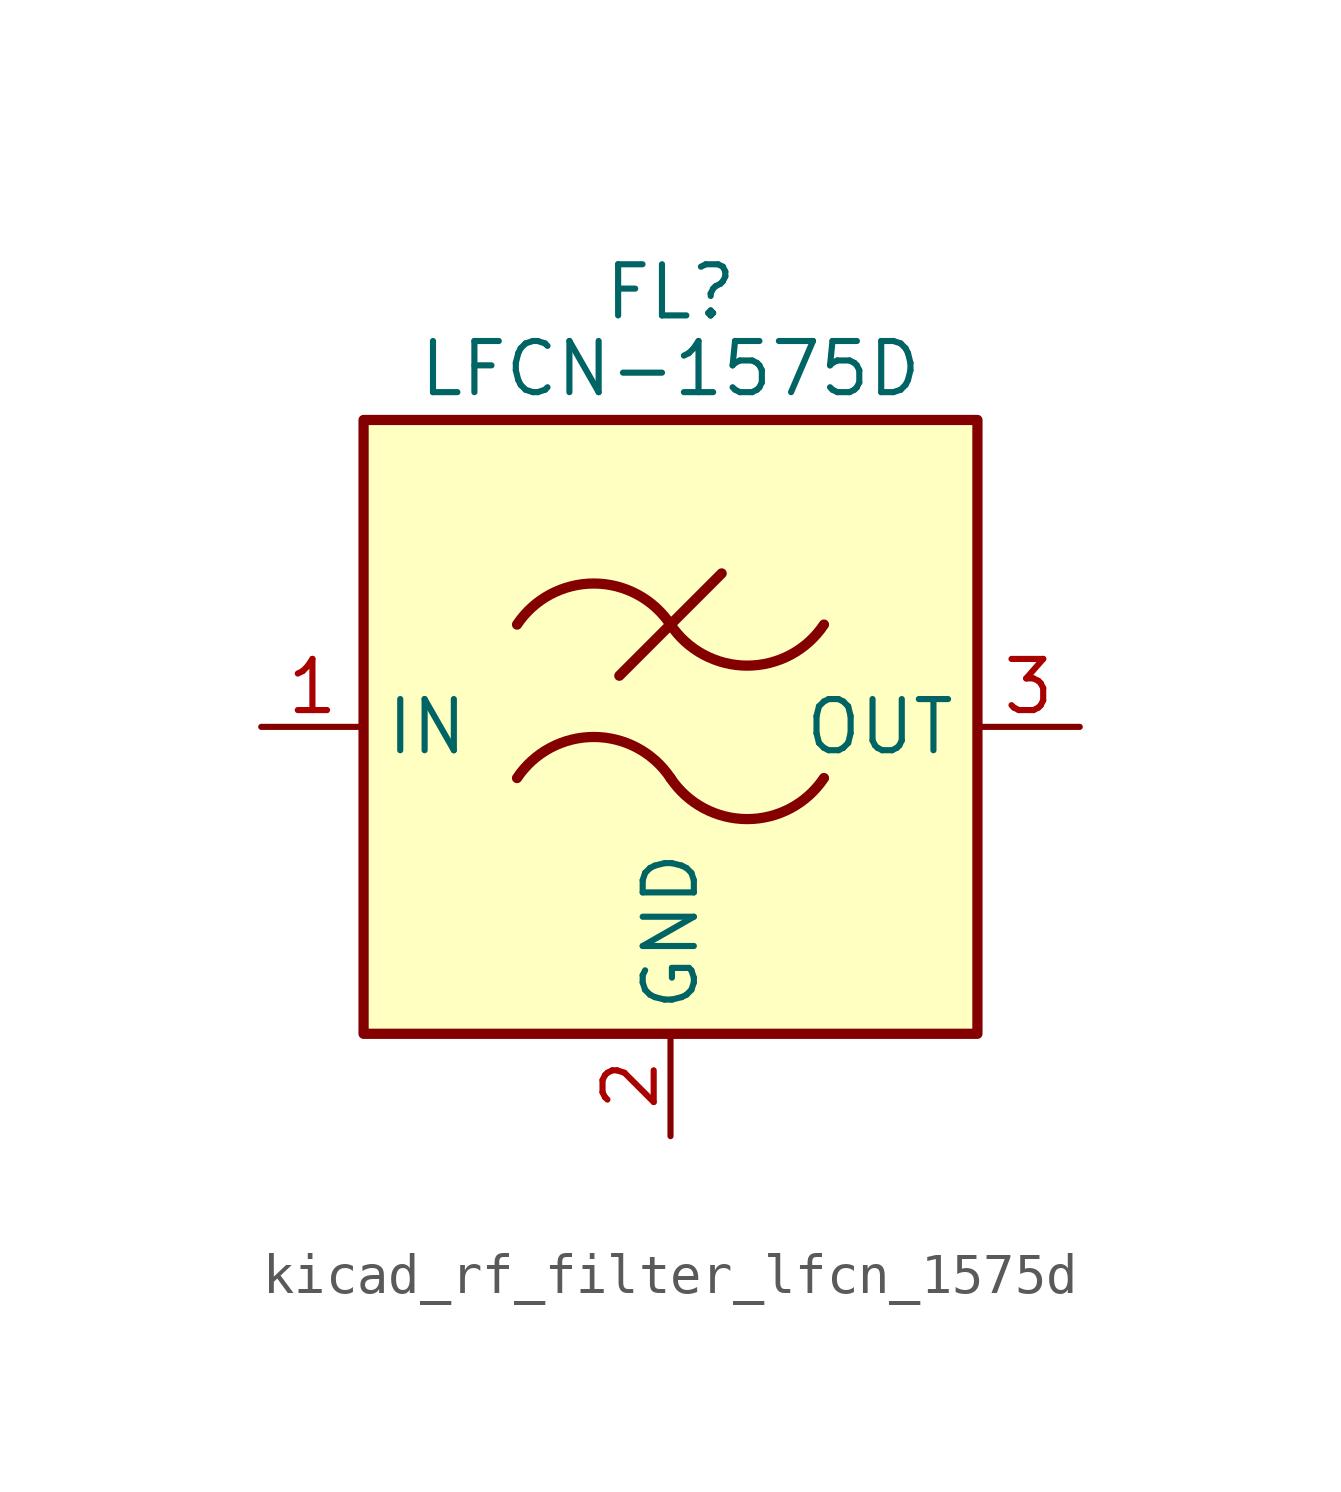
<source format=kicad_sym>
(kicad_symbol_lib
  (version 20220914)
  (generator kicad_symbol_editor)
  (symbol "kicad_rf_filter_lfcn_1575d"
    (property "Reference" "FL"
      (at 0 10.795 0)
      (effects (font (size 1.27 1.27))))
    (property "Value" "LFCN-1575D"
      (at 0 8.89 0)
      (effects (font (size 1.27 1.27))))
    (symbol "kicad_rf_filter_lfcn_1575d_0_1"
      (rectangle (start -7.62 7.62) (end 7.62 -7.62) (stroke (width 0.254) (type default)) (fill (type background)))
      (arc (start 0 -1.27) (mid -1.905 -0.2505) (end -3.81 -1.27) (stroke (width 0.254) (type default)) (fill (type none)))
      (arc (start 0 -1.27) (mid 1.905 -2.2895) (end 3.81 -1.27) (stroke (width 0.254) (type default)) (fill (type none)))
      (polyline (pts (xy -1.27 1.27) (xy 1.27 3.81)) (stroke (width 0.254) (type default)) (fill (type none)))
      (arc (start 0 2.54) (mid -1.905 3.5595) (end -3.81 2.54) (stroke (width 0.254) (type default)) (fill (type none)))
      (arc (start 0 2.54) (mid 1.905 1.5205) (end 3.81 2.54) (stroke (width 0.254) (type default)) (fill (type none))))
    (symbol "kicad_rf_filter_lfcn_1575d_1_1"
      (pin passive line (at -10.16 0 0) (length 2.54) (name "IN" (effects (font (size 1.27 1.27)))) (number "1" (effects (font (size 1.27 1.27)))))
      (pin passive line (at 0 -10.16 90) (length 2.54) (name "GND" (effects (font (size 1.27 1.27)))) (number "2" (effects (font (size 1.27 1.27)))))
      (pin passive line (at 10.16 0 180) (length 2.54) (name "OUT" (effects (font (size 1.27 1.27)))) (number "3" (effects (font (size 1.27 1.27)))))
      (pin passive line (at 0 -10.16 90) (length 2.54) hide (name "GND" (effects (font (size 1.27 1.27)))) (number "4" (effects (font (size 1.27 1.27))))))))
</source>
